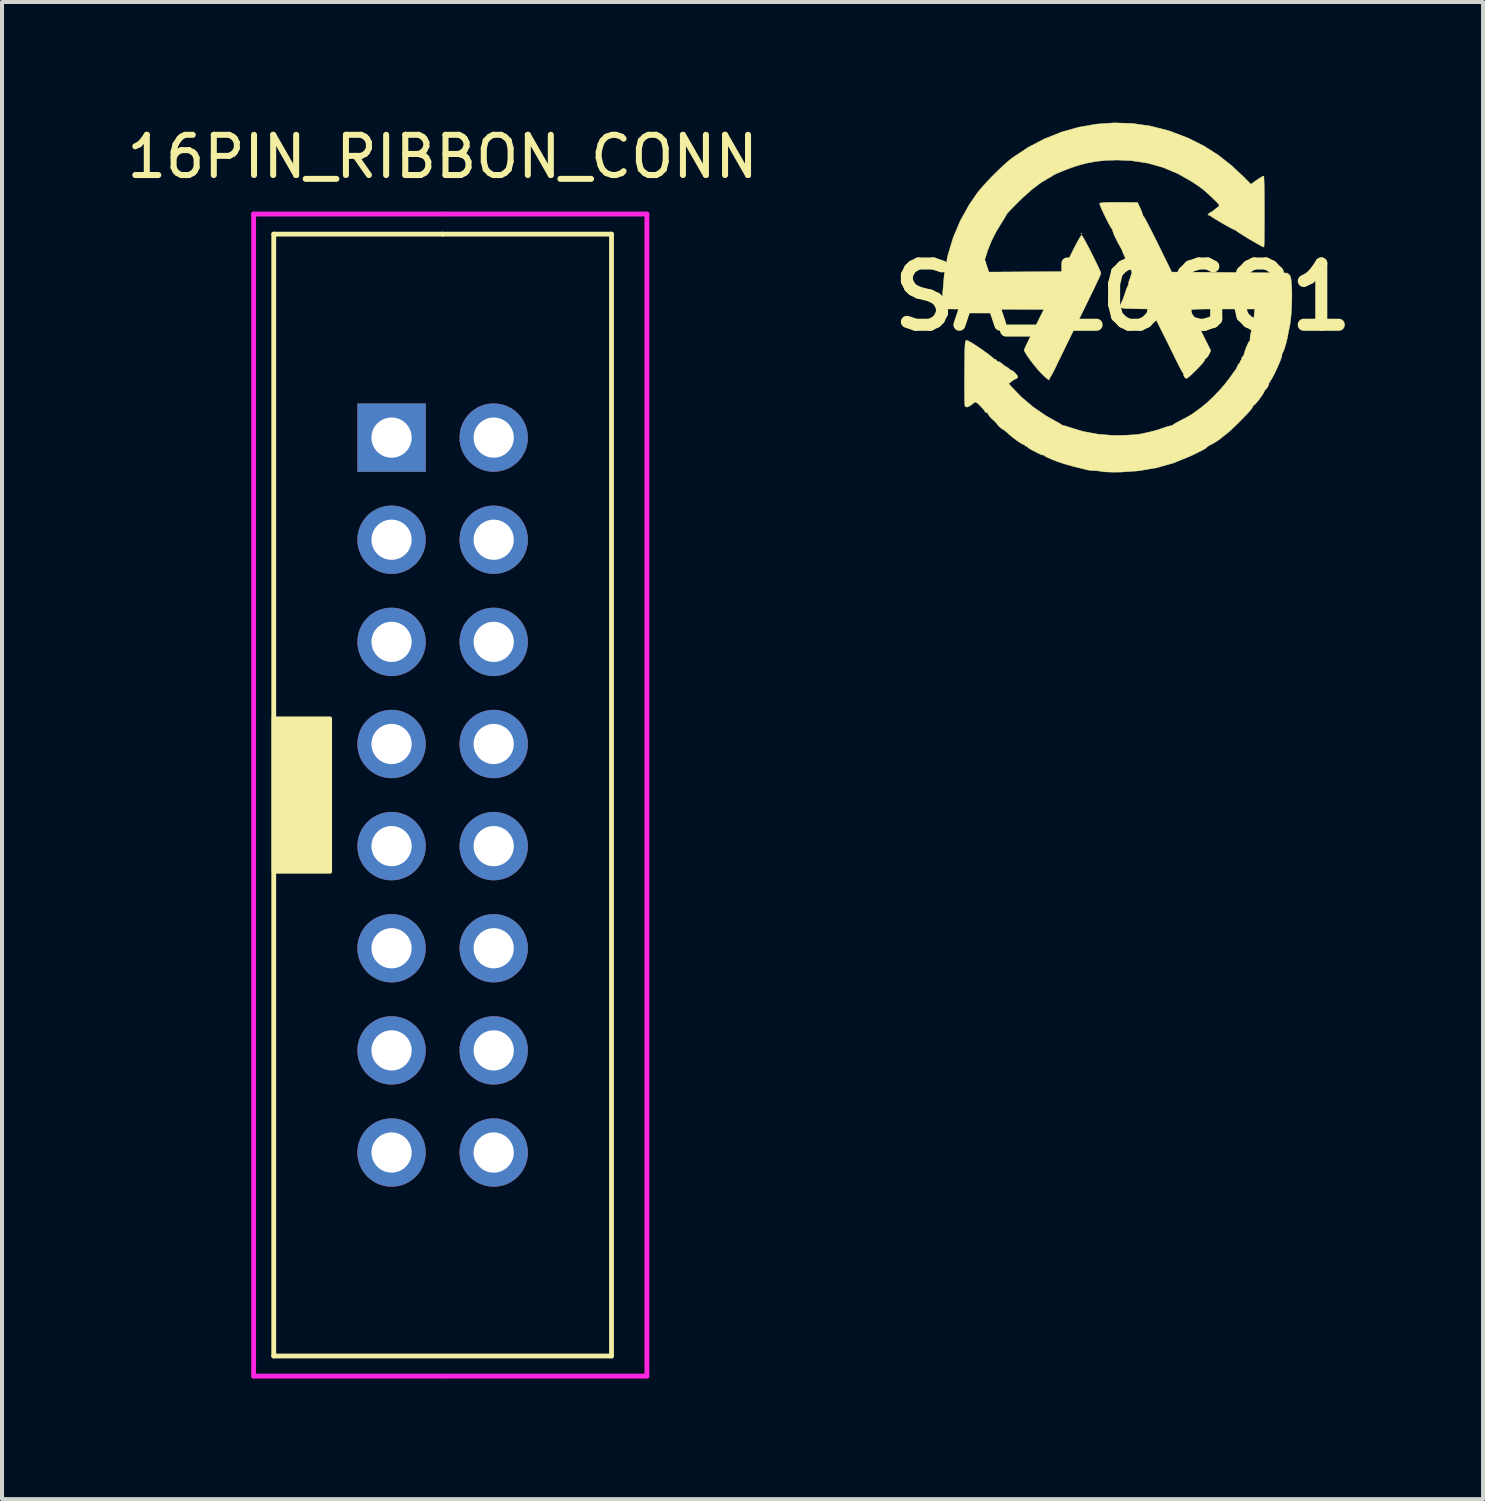
<source format=kicad_pcb>
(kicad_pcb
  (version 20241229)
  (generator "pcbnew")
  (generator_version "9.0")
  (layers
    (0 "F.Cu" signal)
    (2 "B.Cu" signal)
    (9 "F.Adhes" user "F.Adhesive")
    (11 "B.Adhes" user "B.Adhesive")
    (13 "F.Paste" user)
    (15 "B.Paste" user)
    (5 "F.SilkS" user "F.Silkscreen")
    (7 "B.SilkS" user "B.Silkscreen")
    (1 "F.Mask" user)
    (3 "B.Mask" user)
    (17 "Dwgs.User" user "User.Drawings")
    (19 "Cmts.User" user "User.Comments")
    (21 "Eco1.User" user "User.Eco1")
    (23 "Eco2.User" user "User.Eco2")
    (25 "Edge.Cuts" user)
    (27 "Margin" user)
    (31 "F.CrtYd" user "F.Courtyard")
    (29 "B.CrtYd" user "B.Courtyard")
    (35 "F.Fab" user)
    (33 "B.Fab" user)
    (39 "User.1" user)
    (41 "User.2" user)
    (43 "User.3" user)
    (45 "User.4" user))
  (footprint "SA_LOGO1"
    (layer "F.Cu")
    (at 24.875 4.337)
    (property "Reference" "SA_LOGO1" (at 0 0 0) (layer "F.SilkS") (effects (font (size 1.524 1.524) (thickness 0.3))))
    (attr through_hole)
    (fp_poly (pts (xy -1.017 -1.575) (xy -1.029 -1.563) (xy -1.042 -1.575) (xy -1.029 -1.587) (xy -1.017 -1.575)) (stroke (width 0.01) (type solid)) (fill yes) (layer "F.SilkS"))
    (fp_poly (pts (xy 0.235 -4.317) (xy 0.679 -4.254) (xy 1.117 -4.143) (xy 1.201 -4.116) (xy 1.623 -3.954) (xy 2.013 -3.759) (xy 2.376 -3.528) (xy 2.721 -3.255) (xy 3 -2.992) (xy 3.184 -2.805) (xy 3.339 -2.916) (xy 3.414 -2.966) (xy 3.455 -2.989) (xy 3.473 -2.989) (xy 3.485 -2.977) (xy 3.497 -2.989) (xy 3.485 -3.001) (xy 3.473 -2.989) (xy 3.455 -2.989) (xy 3.472 -2.999) (xy 3.503 -3.009) (xy 3.506 -3.008) (xy 3.509 -2.978) (xy 3.512 -2.907) (xy 3.515 -2.8) (xy 3.517 -2.665) (xy 3.519 -2.508) (xy 3.52 -2.337) (xy 3.521 -2.157) (xy 3.521 -1.977) (xy 3.52 -1.801) (xy 3.519 -1.639) (xy 3.518 -1.495) (xy 3.516 -1.377) (xy 3.513 -1.292) (xy 3.51 -1.246) (xy 3.508 -1.24) (xy 3.477 -1.253) (xy 3.412 -1.286) (xy 3.325 -1.335) (xy 3.223 -1.394) (xy 3.116 -1.457) (xy 3.013 -1.52) (xy 2.924 -1.576) (xy 2.857 -1.621) (xy 2.829 -1.642) (xy 2.786 -1.67) (xy 2.767 -1.677) (xy 2.734 -1.691) (xy 2.669 -1.725) (xy 2.582 -1.773) (xy 2.484 -1.829) (xy 2.385 -1.887) (xy 2.295 -1.941) (xy 2.225 -1.986) (xy 2.185 -2.014) (xy 2.184 -2.015) (xy 2.142 -2.039) (xy 2.118 -2.038) (xy 2.114 -2.041) (xy 2.131 -2.065) (xy 2.166 -2.1) (xy 2.186 -2.108) (xy 2.218 -2.123) (xy 2.263 -2.157) (xy 2.323 -2.207) (xy 2.369 -2.243) (xy 2.391 -2.263) (xy 2.395 -2.283) (xy 2.378 -2.313) (xy 2.335 -2.36) (xy 2.261 -2.433) (xy 2.257 -2.437) (xy 2.142 -2.546) (xy 2.048 -2.631) (xy 1.963 -2.7) (xy 1.875 -2.765) (xy 1.769 -2.836) (xy 1.719 -2.869) (xy 1.366 -3.069) (xy 1.002 -3.222) (xy 0.623 -3.329) (xy 0.226 -3.39) (xy -0.136 -3.407) (xy -0.425 -3.398) (xy -0.684 -3.371) (xy -0.93 -3.323) (xy -1.113 -3.273) (xy -1.204 -3.243) (xy -1.311 -3.205) (xy -1.424 -3.162) (xy -1.533 -3.119) (xy -1.628 -3.079) (xy -1.699 -3.047) (xy -1.735 -3.027) (xy -1.736 -3.025) (xy -1.765 -3.004) (xy -1.82 -2.972) (xy -1.836 -2.964) (xy -2.04 -2.842) (xy -2.26 -2.676) (xy -2.493 -2.468) (xy -2.599 -2.365) (xy -2.697 -2.266) (xy -2.781 -2.18) (xy -2.844 -2.113) (xy -2.882 -2.071) (xy -2.891 -2.059) (xy -2.898 -2.04) (xy -2.928 -1.988) (xy -2.974 -1.912) (xy -3.011 -1.854) (xy -3.151 -1.624) (xy -3.264 -1.402) (xy -3.357 -1.171) (xy -3.439 -0.912) (xy -3.46 -0.837) (xy -3.519 -0.62) (xy -1.501 -0.633) (xy -1.279 -1.085) (xy -1.21 -1.222) (xy -1.147 -1.342) (xy -1.093 -1.439) (xy -1.053 -1.506) (xy -1.029 -1.537) (xy -1.026 -1.538) (xy -1.009 -1.517) (xy -0.974 -1.459) (xy -0.926 -1.372) (xy -0.868 -1.264) (xy -0.806 -1.144) (xy -0.742 -1.018) (xy -0.681 -0.895) (xy -0.627 -0.782) (xy -0.583 -0.689) (xy -0.555 -0.622) (xy -0.546 -0.591) (xy -0.549 -0.576) (xy -0.56 -0.547) (xy -0.581 -0.499) (xy -0.612 -0.431) (xy -0.656 -0.339) (xy -0.713 -0.218) (xy -0.786 -0.068) (xy -0.876 0.117) (xy -0.985 0.339) (xy -1.114 0.602) (xy -1.147 0.67) (xy -1.245 0.868) (xy -1.341 1.064) (xy -1.432 1.251) (xy -1.514 1.42) (xy -1.585 1.565) (xy -1.639 1.678) (xy -1.667 1.736) (xy -1.718 1.84) (xy -1.763 1.925) (xy -1.796 1.983) (xy -1.814 2.005) (xy -1.825 2.029) (xy -1.822 2.036) (xy -1.827 2.057) (xy -1.84 2.059) (xy -1.87 2.042) (xy -1.925 1.996) (xy -1.996 1.93) (xy -2.046 1.878) (xy -2.123 1.794) (xy -2.204 1.696) (xy -2.283 1.594) (xy -2.355 1.495) (xy -2.411 1.409) (xy -2.447 1.346) (xy -2.456 1.317) (xy -2.445 1.289) (xy -2.415 1.223) (xy -2.37 1.127) (xy -2.311 1.006) (xy -2.243 0.867) (xy -2.211 0.802) (xy -1.966 0.31) (xy -3.232 0.304) (xy -4.497 0.297) (xy -4.482 -0.093) (xy -4.441 -0.572) (xy -4.354 -1.032) (xy -4.222 -1.473) (xy -4.045 -1.893) (xy -3.823 -2.293) (xy -3.63 -2.576) (xy -3.537 -2.691) (xy -3.416 -2.827) (xy -3.278 -2.974) (xy -3.131 -3.121) (xy -2.986 -3.259) (xy -2.853 -3.378) (xy -2.741 -3.467) (xy -2.355 -3.723) (xy -1.95 -3.934) (xy -1.529 -4.102) (xy -1.097 -4.224) (xy -0.656 -4.301) (xy -0.211 -4.332) (xy 0.235 -4.317)) (stroke (width 0.01) (type solid)) (fill yes) (layer "F.SilkS"))
    (fp_poly (pts (xy -0.1 -2.355) (xy 0.365 -2.353) (xy 0.433 -2.207) (xy 0.466 -2.13) (xy 0.487 -2.074) (xy 0.492 -2.05) (xy 0.5 -2.026) (xy 0.525 -1.993) (xy 0.546 -1.96) (xy 0.585 -1.888) (xy 0.64 -1.783) (xy 0.708 -1.652) (xy 0.784 -1.5) (xy 0.867 -1.333) (xy 0.891 -1.284) (xy 1.216 -0.621) (xy 2.623 -0.612) (xy 2.884 -0.61) (xy 3.131 -0.608) (xy 3.359 -0.606) (xy 3.563 -0.604) (xy 3.74 -0.602) (xy 3.884 -0.601) (xy 3.991 -0.599) (xy 4.056 -0.598) (xy 4.075 -0.597) (xy 4.12 -0.574) (xy 4.158 -0.532) (xy 4.177 -0.476) (xy 4.191 -0.379) (xy 4.2 -0.25) (xy 4.204 -0.099) (xy 4.203 0.066) (xy 4.198 0.237) (xy 4.188 0.405) (xy 4.174 0.56) (xy 4.155 0.694) (xy 4.143 0.753) (xy 4.124 0.843) (xy 4.107 0.931) (xy 4.105 0.943) (xy 4.081 1.061) (xy 4.051 1.179) (xy 4.019 1.283) (xy 3.99 1.357) (xy 3.98 1.376) (xy 3.957 1.42) (xy 3.957 1.443) (xy 3.954 1.472) (xy 3.934 1.534) (xy 3.9 1.621) (xy 3.856 1.722) (xy 3.809 1.826) (xy 3.761 1.925) (xy 3.718 2.007) (xy 3.685 2.064) (xy 3.665 2.084) (xy 3.655 2.099) (xy 3.659 2.108) (xy 3.655 2.131) (xy 3.644 2.133) (xy 3.625 2.143) (xy 3.629 2.149) (xy 3.628 2.178) (xy 3.608 2.227) (xy 3.577 2.275) (xy 3.549 2.305) (xy 3.542 2.307) (xy 3.523 2.326) (xy 3.522 2.335) (xy 3.508 2.371) (xy 3.47 2.433) (xy 3.418 2.508) (xy 3.362 2.583) (xy 3.309 2.645) (xy 3.271 2.683) (xy 3.263 2.688) (xy 3.229 2.721) (xy 3.225 2.741) (xy 3.208 2.771) (xy 3.161 2.828) (xy 3.092 2.905) (xy 3.006 2.995) (xy 2.912 3.092) (xy 2.814 3.188) (xy 2.721 3.277) (xy 2.638 3.352) (xy 2.574 3.406) (xy 2.567 3.411) (xy 2.507 3.456) (xy 2.466 3.49) (xy 2.456 3.499) (xy 2.423 3.526) (xy 2.367 3.566) (xy 2.3 3.609) (xy 2.239 3.647) (xy 2.197 3.669) (xy 2.188 3.671) (xy 2.156 3.686) (xy 2.106 3.722) (xy 2.101 3.727) (xy 2.07 3.752) (xy 2.037 3.776) (xy 1.994 3.801) (xy 1.932 3.833) (xy 1.845 3.876) (xy 1.724 3.935) (xy 1.662 3.964) (xy 1.259 4.128) (xy 0.835 4.248) (xy 0.389 4.323) (xy -0.014 4.352) (xy -0.158 4.355) (xy -0.291 4.354) (xy -0.404 4.351) (xy -0.484 4.345) (xy -0.508 4.341) (xy -0.602 4.326) (xy -0.702 4.318) (xy -0.716 4.317) (xy -0.81 4.311) (xy -0.901 4.296) (xy -0.915 4.292) (xy -0.977 4.276) (xy -1.072 4.252) (xy -1.186 4.224) (xy -1.265 4.204) (xy -1.393 4.168) (xy -1.528 4.126) (xy -1.659 4.08) (xy -1.778 4.033) (xy -1.876 3.991) (xy -1.942 3.955) (xy -1.965 3.935) (xy -1.982 3.921) (xy -1.984 3.927) (xy -2.003 3.931) (xy -2.048 3.913) (xy -2.053 3.911) (xy -2.115 3.879) (xy -2.198 3.837) (xy -2.241 3.816) (xy -2.311 3.778) (xy -2.36 3.743) (xy -2.374 3.727) (xy -2.398 3.707) (xy -2.409 3.71) (xy -2.43 3.705) (xy -2.431 3.697) (xy -2.451 3.673) (xy -2.463 3.671) (xy -2.502 3.656) (xy -2.568 3.616) (xy -2.65 3.558) (xy -2.74 3.49) (xy -2.825 3.42) (xy -2.883 3.367) (xy -2.932 3.324) (xy -2.966 3.3) (xy -2.971 3.298) (xy -3.001 3.282) (xy -3.047 3.246) (xy -3.093 3.204) (xy -3.122 3.17) (xy -3.125 3.162) (xy -3.142 3.138) (xy -3.187 3.092) (xy -3.237 3.046) (xy -3.297 2.987) (xy -3.337 2.937) (xy -3.349 2.912) (xy -3.369 2.881) (xy -3.386 2.877) (xy -3.419 2.867) (xy -3.424 2.859) (xy -3.441 2.826) (xy -3.484 2.773) (xy -3.54 2.713) (xy -3.596 2.658) (xy -3.642 2.622) (xy -3.658 2.614) (xy -3.703 2.626) (xy -3.714 2.638) (xy -3.747 2.668) (xy -3.804 2.706) (xy -3.814 2.711) (xy -3.869 2.737) (xy -3.892 2.734) (xy -3.895 2.724) (xy -3.902 2.708) (xy -3.919 2.729) (xy -3.926 2.716) (xy -3.932 2.654) (xy -3.936 2.544) (xy -3.938 2.386) (xy -3.939 2.18) (xy -3.938 1.927) (xy -3.938 1.922) (xy -3.936 1.696) (xy -3.934 1.514) (xy -3.932 1.372) (xy -3.929 1.265) (xy -3.925 1.187) (xy -3.92 1.135) (xy -3.914 1.103) (xy -3.905 1.086) (xy -3.894 1.08) (xy -3.882 1.078) (xy -3.843 1.092) (xy -3.774 1.13) (xy -3.683 1.187) (xy -3.579 1.255) (xy -3.471 1.33) (xy -3.368 1.405) (xy -3.279 1.474) (xy -3.212 1.531) (xy -3.209 1.533) (xy -3.181 1.552) (xy -3.174 1.546) (xy -3.164 1.547) (xy -3.148 1.569) (xy -3.12 1.6) (xy -3.104 1.602) (xy -3.076 1.61) (xy -3.026 1.642) (xy -3 1.663) (xy -2.938 1.712) (xy -2.885 1.745) (xy -2.871 1.751) (xy -2.834 1.773) (xy -2.828 1.788) (xy -2.808 1.809) (xy -2.797 1.811) (xy -2.753 1.828) (xy -2.699 1.869) (xy -2.65 1.921) (xy -2.617 1.969) (xy -2.613 1.996) (xy -2.643 2.03) (xy -2.66 2.035) (xy -2.698 2.05) (xy -2.753 2.087) (xy -2.765 2.096) (xy -2.838 2.156) (xy -2.778 2.225) (xy -2.517 2.493) (xy -2.226 2.738) (xy -1.918 2.95) (xy -1.71 3.067) (xy -1.623 3.114) (xy -1.553 3.155) (xy -1.512 3.182) (xy -1.507 3.187) (xy -1.49 3.201) (xy -1.489 3.197) (xy -1.467 3.197) (xy -1.411 3.212) (xy -1.332 3.239) (xy -1.321 3.243) (xy -0.982 3.344) (xy -0.618 3.411) (xy -0.241 3.442) (xy 0.062 3.438) (xy 0.183 3.431) (xy 0.289 3.424) (xy 0.369 3.417) (xy 0.409 3.412) (xy 0.575 3.377) (xy 0.703 3.347) (xy 0.806 3.32) (xy 0.895 3.294) (xy 0.982 3.264) (xy 0.983 3.263) (xy 1.074 3.232) (xy 1.149 3.21) (xy 1.195 3.2) (xy 1.198 3.2) (xy 1.237 3.19) (xy 1.244 3.181) (xy 1.269 3.162) (xy 1.327 3.128) (xy 1.405 3.086) (xy 1.414 3.081) (xy 1.556 3.008) (xy 1.666 2.947) (xy 1.738 2.902) (xy 1.748 2.895) (xy 1.779 2.872) (xy 1.839 2.828) (xy 1.915 2.772) (xy 1.934 2.759) (xy 2.076 2.644) (xy 2.231 2.5) (xy 2.387 2.339) (xy 2.53 2.176) (xy 2.648 2.024) (xy 2.649 2.022) (xy 2.71 1.936) (xy 2.761 1.866) (xy 2.794 1.821) (xy 2.803 1.811) (xy 2.822 1.781) (xy 2.847 1.726) (xy 2.851 1.718) (xy 2.878 1.664) (xy 2.904 1.638) (xy 2.907 1.637) (xy 2.919 1.622) (xy 2.915 1.612) (xy 2.917 1.589) (xy 2.925 1.587) (xy 2.947 1.567) (xy 2.952 1.54) (xy 2.963 1.497) (xy 2.977 1.484) (xy 3.002 1.456) (xy 3.013 1.426) (xy 3.034 1.351) (xy 3.064 1.267) (xy 3.097 1.188) (xy 3.128 1.124) (xy 3.152 1.088) (xy 3.162 1.085) (xy 3.171 1.086) (xy 3.165 1.072) (xy 3.162 1.035) (xy 3.171 0.963) (xy 3.189 0.87) (xy 3.197 0.837) (xy 3.224 0.714) (xy 3.248 0.583) (xy 3.263 0.472) (xy 3.264 0.465) (xy 3.281 0.298) (xy 2.481 0.298) (xy 2.261 0.298) (xy 2.085 0.298) (xy 1.95 0.3) (xy 1.849 0.302) (xy 1.778 0.306) (xy 1.733 0.311) (xy 1.707 0.318) (xy 1.698 0.327) (xy 1.698 0.338) (xy 1.699 0.341) (xy 1.716 0.394) (xy 1.719 0.415) (xy 1.731 0.444) (xy 1.737 0.446) (xy 1.755 0.467) (xy 1.783 0.52) (xy 1.8 0.558) (xy 1.83 0.623) (xy 1.856 0.663) (xy 1.865 0.67) (xy 1.884 0.689) (xy 1.885 0.696) (xy 1.896 0.727) (xy 1.924 0.793) (xy 1.967 0.886) (xy 2.02 0.996) (xy 2.036 1.028) (xy 2.188 1.334) (xy 2.146 1.422) (xy 2.111 1.482) (xy 2.076 1.519) (xy 2.069 1.523) (xy 2.038 1.554) (xy 2.034 1.569) (xy 2.017 1.602) (xy 1.971 1.659) (xy 1.906 1.732) (xy 1.829 1.811) (xy 1.749 1.889) (xy 1.676 1.957) (xy 1.617 2.005) (xy 1.581 2.026) (xy 1.579 2.026) (xy 1.545 2.006) (xy 1.517 1.963) (xy 1.509 1.92) (xy 1.512 1.913) (xy 1.501 1.893) (xy 1.495 1.888) (xy 1.477 1.862) (xy 1.442 1.798) (xy 1.394 1.706) (xy 1.336 1.591) (xy 1.291 1.501) (xy 1.229 1.374) (xy 1.174 1.261) (xy 1.13 1.171) (xy 1.1 1.111) (xy 1.09 1.091) (xy 1.073 1.058) (xy 1.037 0.987) (xy 0.989 0.889) (xy 0.93 0.771) (xy 0.883 0.677) (xy 0.696 0.299) (xy 0.317 0.292) (xy 0.164 0.289) (xy 0.055 0.284) (xy -0.016 0.273) (xy -0.054 0.254) (xy -0.064 0.224) (xy -0.052 0.178) (xy -0.025 0.114) (xy -0.017 0.098) (xy 0.013 0.024) (xy 0.047 -0.071) (xy 0.064 -0.124) (xy 0.092 -0.204) (xy 0.117 -0.267) (xy 0.131 -0.291) (xy 0.144 -0.318) (xy 0.14 -0.322) (xy 0.139 -0.343) (xy 0.154 -0.397) (xy 0.174 -0.453) (xy 0.201 -0.53) (xy 0.219 -0.592) (xy 0.223 -0.615) (xy 0.213 -0.649) (xy 0.184 -0.717) (xy 0.142 -0.808) (xy 0.1 -0.894) (xy 0.052 -0.993) (xy 0.014 -1.072) (xy -0.008 -1.125) (xy -0.012 -1.141) (xy -0.018 -1.16) (xy -0.043 -1.21) (xy -0.071 -1.259) (xy -0.12 -1.347) (xy -0.167 -1.44) (xy -0.209 -1.528) (xy -0.239 -1.602) (xy -0.255 -1.649) (xy -0.253 -1.662) (xy -0.252 -1.673) (xy -0.262 -1.681) (xy -0.286 -1.712) (xy -0.324 -1.776) (xy -0.371 -1.865) (xy -0.423 -1.967) (xy -0.474 -2.072) (xy -0.52 -2.171) (xy -0.555 -2.254) (xy -0.575 -2.309) (xy -0.577 -2.326) (xy -0.562 -2.338) (xy -0.52 -2.346) (xy -0.449 -2.352) (xy -0.34 -2.355) (xy -0.191 -2.356) (xy -0.1 -2.355)) (stroke (width 0.01) (type solid)) (fill yes) (layer "F.SilkS")))
  (footprint "16PIN_RIBBON_CONN"
    (layer "F.Cu")
    (at 7.958 16.723)
    (property "Reference" "16PIN_RIBBON_CONN" (at 0 -15.875 0) (layer "F.SilkS") (effects (font (size 1 1) (thickness 0.15))))
    (attr through_hole)
    (fp_line (start -4.2 -13.95) (end 0 -13.95) (stroke (width 0.12) (type solid)) (layer "F.SilkS"))
    (fp_line (start -4.2 13.95) (end -4.2 -13.95) (stroke (width 0.12) (type solid)) (layer "F.SilkS"))
    (fp_line (start 0 -13.95) (end 4.2 -13.95) (stroke (width 0.12) (type solid)) (layer "F.SilkS"))
    (fp_line (start 4.2 -13.95) (end 4.2 13.95) (stroke (width 0.12) (type solid)) (layer "F.SilkS"))
    (fp_line (start 4.2 13.95) (end -4.2 13.95) (stroke (width 0.12) (type solid)) (layer "F.SilkS"))
    (fp_poly (pts (xy -4.2 -1.905) (xy -2.8 -1.905) (xy -2.8 1.905) (xy -4.2 1.905)) (stroke (width 0.1) (type solid)) (fill yes) (layer "F.SilkS"))
    (fp_line (start -4.7 -14.45) (end -4.7 14.45) (stroke (width 0.12) (type solid)) (layer "F.CrtYd"))
    (fp_line (start -4.7 -14.45) (end 0 -14.45) (stroke (width 0.12) (type solid)) (layer "F.CrtYd"))
    (fp_line (start -4.7 14.45) (end 0 14.45) (stroke (width 0.12) (type solid)) (layer "F.CrtYd"))
    (fp_line (start 0 14.45) (end 5.08 14.45) (stroke (width 0.12) (type solid)) (layer "F.CrtYd"))
    (fp_line (start 5.08 -14.45) (end 0 -14.45) (stroke (width 0.12) (type solid)) (layer "F.CrtYd"))
    (fp_line (start 5.08 14.45) (end 5.08 -14.45) (stroke (width 0.12) (type solid)) (layer "F.CrtYd"))
    (pad "1" thru_hole rect (at -1.27 -8.89) (size 1.7 1.7) (drill 1) (layers "*.Cu" "*.Mask"))
    (pad "2" thru_hole circle (at 1.27 -8.89) (size 1.7 1.7) (drill 1) (layers "*.Cu" "*.Mask"))
    (pad "3" thru_hole circle (at -1.27 -6.35) (size 1.7 1.7) (drill 1) (layers "*.Cu" "*.Mask"))
    (pad "4" thru_hole circle (at 1.27 -6.35) (size 1.7 1.7) (drill 1) (layers "*.Cu" "*.Mask"))
    (pad "5" thru_hole circle (at -1.27 -3.81) (size 1.7 1.7) (drill 1) (layers "*.Cu" "*.Mask"))
    (pad "6" thru_hole circle (at 1.27 -3.81) (size 1.7 1.7) (drill 1) (layers "*.Cu" "*.Mask"))
    (pad "7" thru_hole circle (at -1.27 -1.27) (size 1.7 1.7) (drill 1) (layers "*.Cu" "*.Mask"))
    (pad "8" thru_hole circle (at 1.27 -1.27) (size 1.7 1.7) (drill 1) (layers "*.Cu" "*.Mask"))
    (pad "9" thru_hole circle (at -1.27 1.27) (size 1.7 1.7) (drill 1) (layers "*.Cu" "*.Mask"))
    (pad "10" thru_hole circle (at 1.27 1.27) (size 1.7 1.7) (drill 1) (layers "*.Cu" "*.Mask"))
    (pad "11" thru_hole circle (at -1.27 3.81) (size 1.7 1.7) (drill 1) (layers "*.Cu" "*.Mask"))
    (pad "12" thru_hole circle (at 1.27 3.81) (size 1.7 1.7) (drill 1) (layers "*.Cu" "*.Mask"))
    (pad "13" thru_hole circle (at -1.27 6.35) (size 1.7 1.7) (drill 1) (layers "*.Cu" "*.Mask"))
    (pad "14" thru_hole circle (at 1.27 6.35) (size 1.7 1.7) (drill 1) (layers "*.Cu" "*.Mask"))
    (pad "15" thru_hole circle (at -1.27 8.89) (size 1.7 1.7) (drill 1) (layers "*.Cu" "*.Mask"))
    (pad "16" thru_hole circle (at 1.27 8.89) (size 1.7 1.7) (drill 1) (layers "*.Cu" "*.Mask")))
  (gr_rect
    (start -3 -3)
    (end 33.833 34.233)
    (stroke (width 0.1) (type default))
    (fill no)
    (layer "Edge.Cuts")))
</source>
